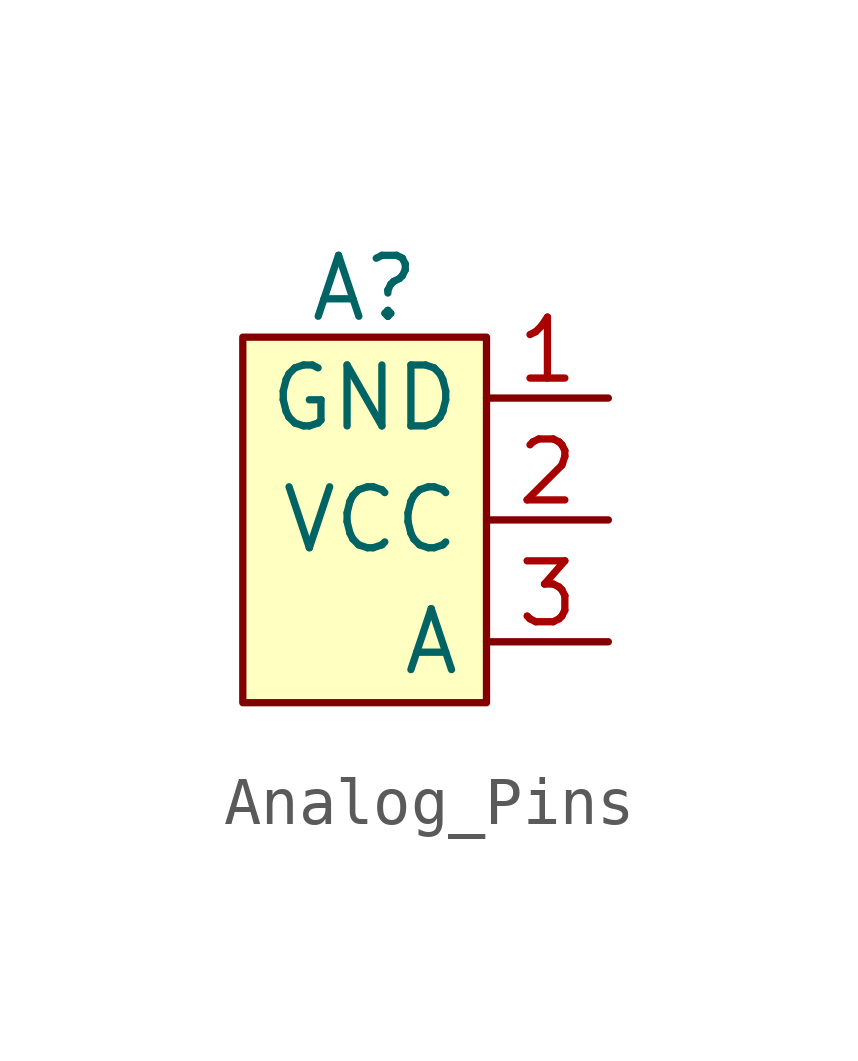
<source format=kicad_sym>
(kicad_symbol_lib
  (version 20231120)
  (generator "kicad_symbol_editor")
  (generator_version "8.0")
  (symbol "Analog_Pins"
    (property "Reference" "A"
      (at 2.54 8.636 0)
      (effects (font (size 1.27 1.27))))
    (property "Value" ""
      (at 0 0 0)
      (effects (font (size 1.27 1.27))))
    (symbol "Analog_Pins_1_1"
      (rectangle (start 0 7.62) (end 5.08 0) (stroke (width 0) (type default)) (fill (type background)))
      (pin power_in line (at 7.62 6.35 180) (length 2.54) (name "GND" (effects (font (size 1.27 1.27)))) (number "1" (effects (font (size 1.27 1.27)))))
      (pin power_in line (at 7.62 3.81 180) (length 2.54) (name "VCC" (effects (font (size 1.27 1.27)))) (number "2" (effects (font (size 1.27 1.27)))))
      (pin output line (at 7.62 1.27 180) (length 2.54) (name "A" (effects (font (size 1.27 1.27)))) (number "3" (effects (font (size 1.27 1.27))))))))
</source>
